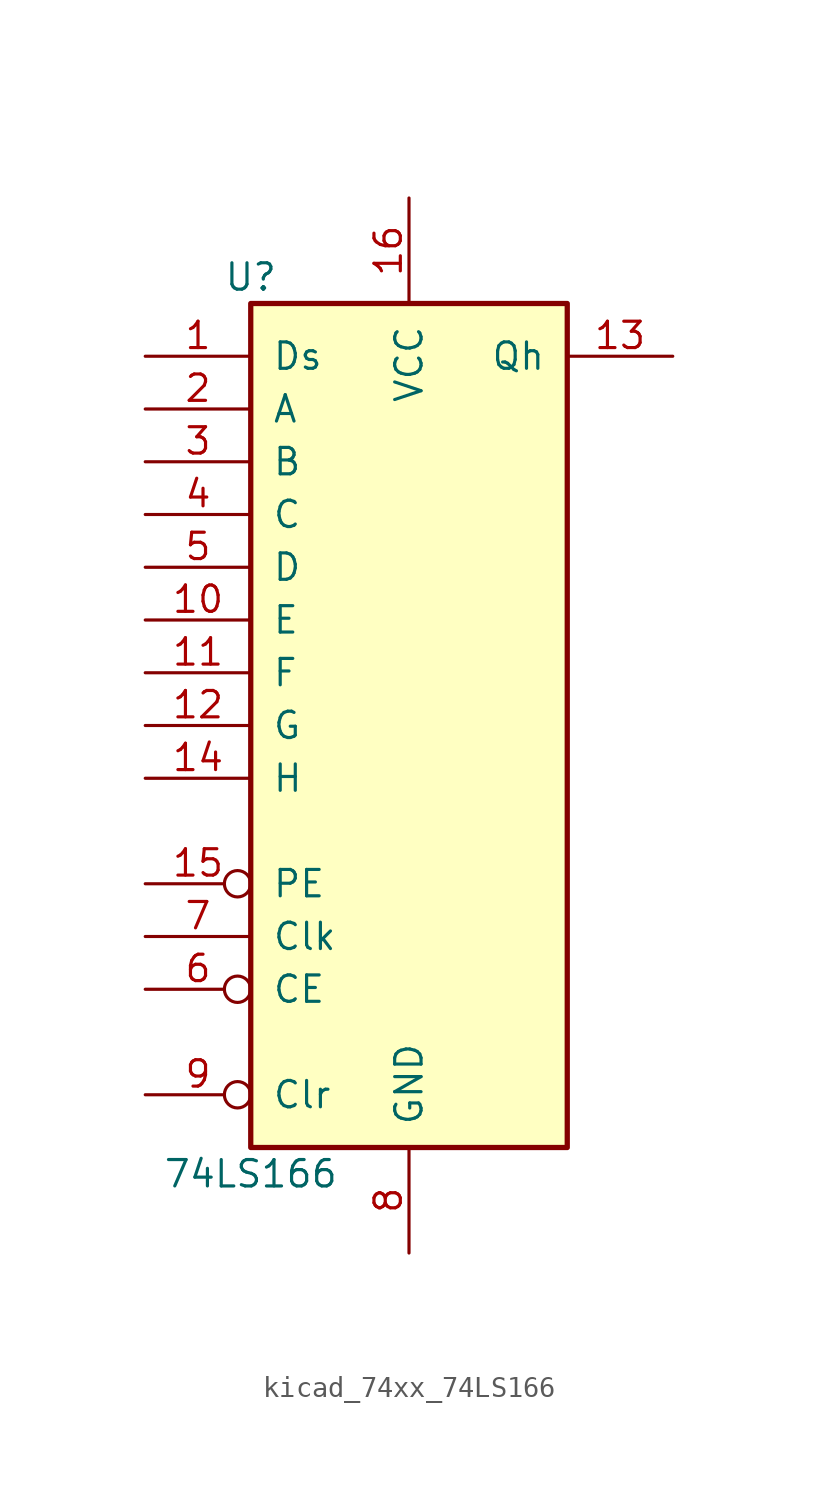
<source format=kicad_sym>
(kicad_symbol_lib
  (version 20220914)
  (generator kicad_symbol_editor)
  (symbol "kicad_74xx_74LS166"
    (pin_names
      (offset 1.016))
    (property "Reference" "U"
      (at -7.62 21.59 0)
      (effects (font (size 1.27 1.27))))
    (property "Value" "74LS166"
      (at -7.62 -21.59 0)
      (effects (font (size 1.27 1.27))))
    (property "ki_locked" ""
      (at 0 0 0)
      (effects (font (size 1.27 1.27))))
    (symbol "kicad_74xx_74LS166_1_0"
      (pin input line (at -12.7 17.78 0) (length 5.08) (name "Ds" (effects (font (size 1.27 1.27)))) (number "1" (effects (font (size 1.27 1.27)))))
      (pin input line (at -12.7 5.08 0) (length 5.08) (name "E" (effects (font (size 1.27 1.27)))) (number "10" (effects (font (size 1.27 1.27)))))
      (pin input line (at -12.7 2.54 0) (length 5.08) (name "F" (effects (font (size 1.27 1.27)))) (number "11" (effects (font (size 1.27 1.27)))))
      (pin input line (at -12.7 0 0) (length 5.08) (name "G" (effects (font (size 1.27 1.27)))) (number "12" (effects (font (size 1.27 1.27)))))
      (pin output line (at 12.7 17.78 180) (length 5.08) (name "Qh" (effects (font (size 1.27 1.27)))) (number "13" (effects (font (size 1.27 1.27)))))
      (pin input line (at -12.7 -2.54 0) (length 5.08) (name "H" (effects (font (size 1.27 1.27)))) (number "14" (effects (font (size 1.27 1.27)))))
      (pin input inverted (at -12.7 -7.62 0) (length 5.08) (name "PE" (effects (font (size 1.27 1.27)))) (number "15" (effects (font (size 1.27 1.27)))))
      (pin power_in line (at 0 25.4 270) (length 5.08) (name "VCC" (effects (font (size 1.27 1.27)))) (number "16" (effects (font (size 1.27 1.27)))))
      (pin input line (at -12.7 15.24 0) (length 5.08) (name "A" (effects (font (size 1.27 1.27)))) (number "2" (effects (font (size 1.27 1.27)))))
      (pin input line (at -12.7 12.7 0) (length 5.08) (name "B" (effects (font (size 1.27 1.27)))) (number "3" (effects (font (size 1.27 1.27)))))
      (pin input line (at -12.7 10.16 0) (length 5.08) (name "C" (effects (font (size 1.27 1.27)))) (number "4" (effects (font (size 1.27 1.27)))))
      (pin input line (at -12.7 7.62 0) (length 5.08) (name "D" (effects (font (size 1.27 1.27)))) (number "5" (effects (font (size 1.27 1.27)))))
      (pin input inverted (at -12.7 -12.7 0) (length 5.08) (name "CE" (effects (font (size 1.27 1.27)))) (number "6" (effects (font (size 1.27 1.27)))))
      (pin input line (at -12.7 -10.16 0) (length 5.08) (name "Clk" (effects (font (size 1.27 1.27)))) (number "7" (effects (font (size 1.27 1.27)))))
      (pin power_in line (at 0 -25.4 90) (length 5.08) (name "GND" (effects (font (size 1.27 1.27)))) (number "8" (effects (font (size 1.27 1.27)))))
      (pin input inverted (at -12.7 -17.78 0) (length 5.08) (name "Clr" (effects (font (size 1.27 1.27)))) (number "9" (effects (font (size 1.27 1.27))))))
    (symbol "kicad_74xx_74LS166_1_1"
      (rectangle (start -7.62 20.32) (end 7.62 -20.32) (stroke (width 0.254) (type default)) (fill (type background))))))
</source>
